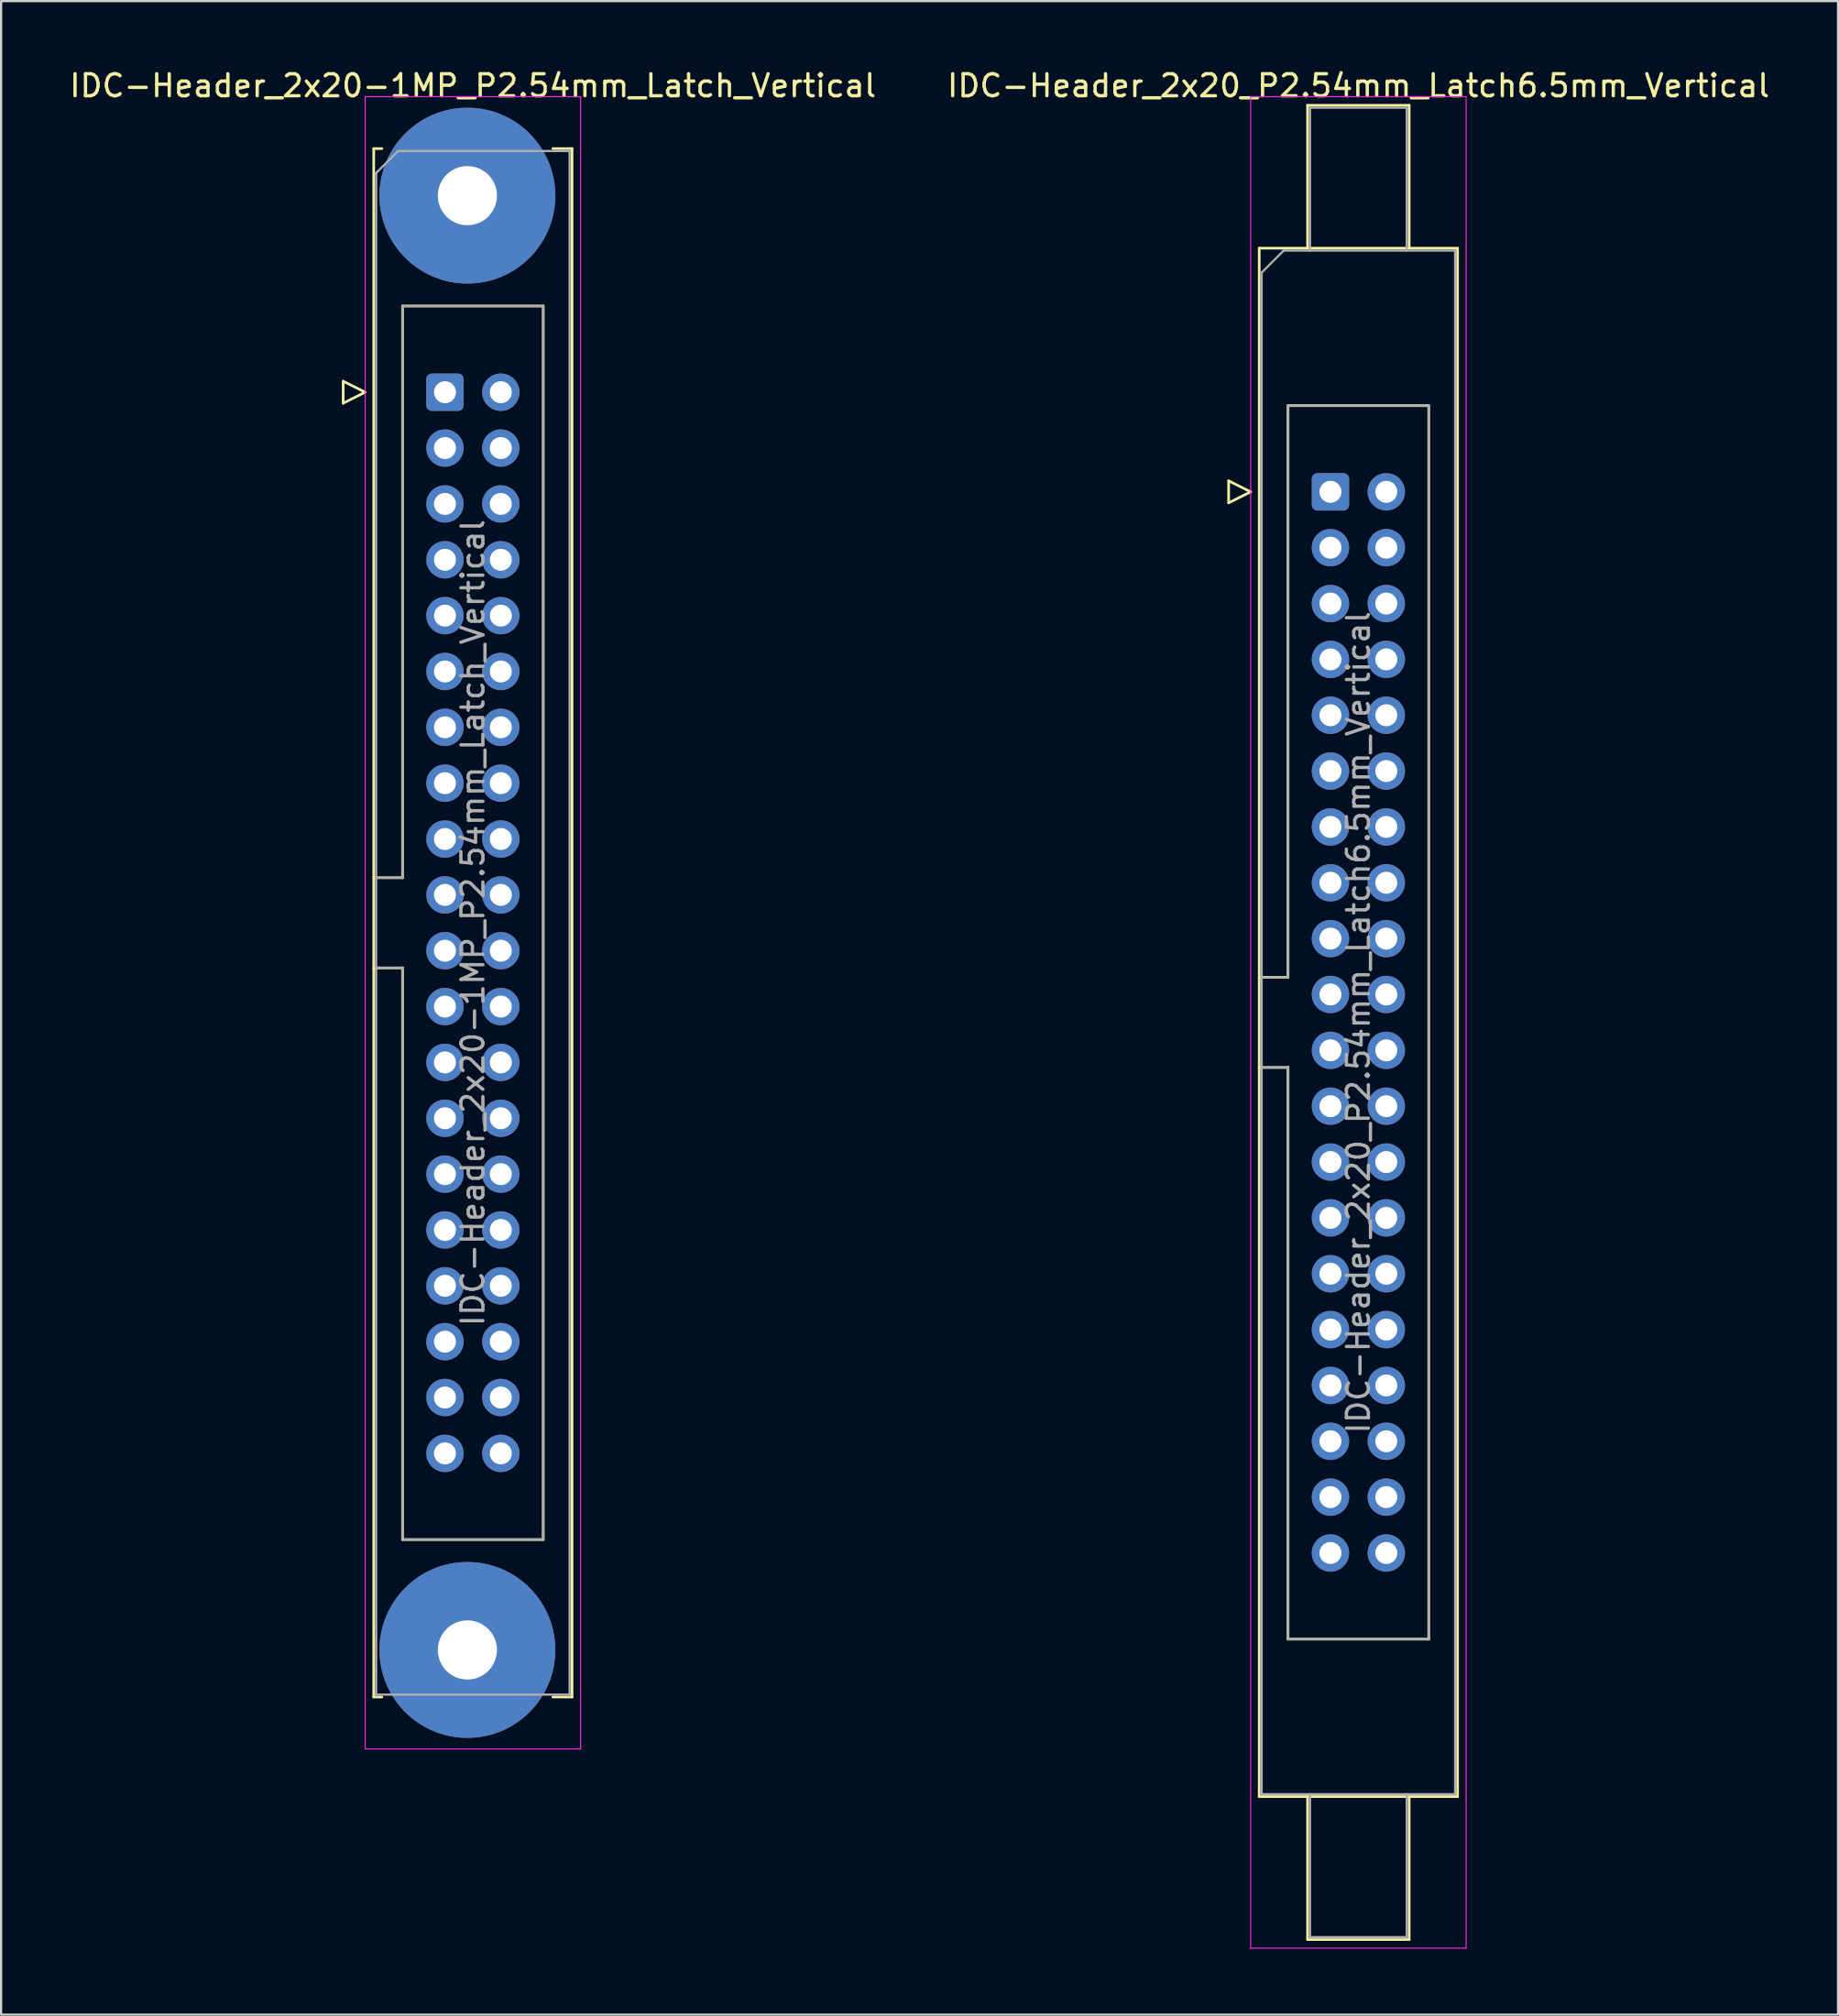
<source format=kicad_pcb>
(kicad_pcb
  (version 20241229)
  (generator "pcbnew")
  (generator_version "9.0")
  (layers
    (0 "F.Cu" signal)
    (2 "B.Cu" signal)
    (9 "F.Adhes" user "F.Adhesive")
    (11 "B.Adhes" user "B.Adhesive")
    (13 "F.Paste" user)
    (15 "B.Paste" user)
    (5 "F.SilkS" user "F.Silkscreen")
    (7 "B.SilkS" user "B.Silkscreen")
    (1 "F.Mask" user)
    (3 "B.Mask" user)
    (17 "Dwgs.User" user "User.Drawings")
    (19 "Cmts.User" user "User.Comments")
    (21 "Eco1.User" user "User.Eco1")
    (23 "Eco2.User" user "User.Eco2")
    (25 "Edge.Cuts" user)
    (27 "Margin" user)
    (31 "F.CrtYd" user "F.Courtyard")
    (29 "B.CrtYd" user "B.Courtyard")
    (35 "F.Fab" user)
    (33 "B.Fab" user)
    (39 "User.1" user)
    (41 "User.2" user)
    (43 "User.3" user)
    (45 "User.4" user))
  (footprint "IDC-Header_2x20-1MP_P2.54mm_Latch_Vertical"
    (layer "F.Cu")
    (at 17.188 14.788)
    (property "Reference" "IDC-Header_2x20-1MP_P2.54mm_Latch_Vertical" (at 1.27 -13.94 0) (layer "F.SilkS") (effects (font (size 1 1) (thickness 0.15))))
    (attr through_hole)
    (fp_line (start -4.63 -0.5) (end -4.63 0.5) (stroke (width 0.12) (type solid)) (layer "F.SilkS"))
    (fp_line (start -4.63 0.5) (end -3.63 0) (stroke (width 0.12) (type solid)) (layer "F.SilkS"))
    (fp_line (start -3.63 0) (end -4.63 -0.5) (stroke (width 0.12) (type solid)) (layer "F.SilkS"))
    (fp_line (start -3.24 -11.08) (end -3.24 59.34) (stroke (width 0.12) (type solid)) (layer "F.SilkS"))
    (fp_line (start -3.24 22.08) (end -1.93 22.08) (stroke (width 0.12) (type solid)) (layer "F.SilkS"))
    (fp_line (start -3.24 59.34) (end -2.87 59.34) (stroke (width 0.12) (type solid)) (layer "F.SilkS"))
    (fp_line (start -2.87 -11.08) (end -3.24 -11.08) (stroke (width 0.12) (type solid)) (layer "F.SilkS"))
    (fp_line (start -1.93 -3.92) (end 4.47 -3.92) (stroke (width 0.12) (type solid)) (layer "F.SilkS"))
    (fp_line (start -1.93 22.08) (end -1.93 -3.92) (stroke (width 0.12) (type solid)) (layer "F.SilkS"))
    (fp_line (start -1.93 26.18) (end -3.24 26.18) (stroke (width 0.12) (type solid)) (layer "F.SilkS"))
    (fp_line (start -1.93 26.18) (end -1.93 26.18) (stroke (width 0.12) (type solid)) (layer "F.SilkS"))
    (fp_line (start -1.93 52.18) (end -1.93 26.18) (stroke (width 0.12) (type solid)) (layer "F.SilkS"))
    (fp_line (start 4.47 -3.92) (end 4.47 52.18) (stroke (width 0.12) (type solid)) (layer "F.SilkS"))
    (fp_line (start 4.47 52.18) (end -1.93 52.18) (stroke (width 0.12) (type solid)) (layer "F.SilkS"))
    (fp_line (start 4.91 -11.08) (end 5.78 -11.08) (stroke (width 0.12) (type solid)) (layer "F.SilkS"))
    (fp_line (start 5.78 -11.08) (end 5.78 59.34) (stroke (width 0.12) (type solid)) (layer "F.SilkS"))
    (fp_line (start 5.78 59.34) (end 4.91 59.34) (stroke (width 0.12) (type solid)) (layer "F.SilkS"))
    (fp_line (start -3.63 -13.44) (end -3.63 61.7) (stroke (width 0.05) (type solid)) (layer "F.CrtYd"))
    (fp_line (start -3.63 61.7) (end 6.17 61.7) (stroke (width 0.05) (type solid)) (layer "F.CrtYd"))
    (fp_line (start 6.17 -13.44) (end -3.63 -13.44) (stroke (width 0.05) (type solid)) (layer "F.CrtYd"))
    (fp_line (start 6.17 61.7) (end 6.17 -13.44) (stroke (width 0.05) (type solid)) (layer "F.CrtYd"))
    (fp_line (start -3.13 -9.97) (end -2.13 -10.97) (stroke (width 0.1) (type solid)) (layer "F.Fab"))
    (fp_line (start -3.13 22.08) (end -1.93 22.08) (stroke (width 0.1) (type solid)) (layer "F.Fab"))
    (fp_line (start -3.13 59.23) (end -3.13 -9.97) (stroke (width 0.1) (type solid)) (layer "F.Fab"))
    (fp_line (start -2.13 -10.97) (end 5.67 -10.97) (stroke (width 0.1) (type solid)) (layer "F.Fab"))
    (fp_line (start -1.93 -3.92) (end 4.47 -3.92) (stroke (width 0.1) (type solid)) (layer "F.Fab"))
    (fp_line (start -1.93 22.08) (end -1.93 -3.92) (stroke (width 0.1) (type solid)) (layer "F.Fab"))
    (fp_line (start -1.93 26.18) (end -3.13 26.18) (stroke (width 0.1) (type solid)) (layer "F.Fab"))
    (fp_line (start -1.93 26.18) (end -1.93 26.18) (stroke (width 0.1) (type solid)) (layer "F.Fab"))
    (fp_line (start -1.93 52.18) (end -1.93 26.18) (stroke (width 0.1) (type solid)) (layer "F.Fab"))
    (fp_line (start 4.47 -3.92) (end 4.47 52.18) (stroke (width 0.1) (type solid)) (layer "F.Fab"))
    (fp_line (start 4.47 52.18) (end -1.93 52.18) (stroke (width 0.1) (type solid)) (layer "F.Fab"))
    (fp_line (start 5.67 -10.97) (end 5.67 59.23) (stroke (width 0.1) (type solid)) (layer "F.Fab"))
    (fp_line (start 5.67 59.23) (end -3.13 59.23) (stroke (width 0.1) (type solid)) (layer "F.Fab"))
    (fp_text user "${REFERENCE}" (at 1.27 24.13 90) (layer "F.Fab") (effects (font (size 1 1) (thickness 0.15))))
    (pad "1" thru_hole roundrect (at 0 0) (size 1.7 1.7) (drill 1) (layers "*.Cu" "*.Mask") (roundrect_rratio 0.147))
    (pad "2" thru_hole circle (at 2.54 0) (size 1.7 1.7) (drill 1) (layers "*.Cu" "*.Mask"))
    (pad "3" thru_hole circle (at 0 2.54) (size 1.7 1.7) (drill 1) (layers "*.Cu" "*.Mask"))
    (pad "4" thru_hole circle (at 2.54 2.54) (size 1.7 1.7) (drill 1) (layers "*.Cu" "*.Mask"))
    (pad "5" thru_hole circle (at 0 5.08) (size 1.7 1.7) (drill 1) (layers "*.Cu" "*.Mask"))
    (pad "6" thru_hole circle (at 2.54 5.08) (size 1.7 1.7) (drill 1) (layers "*.Cu" "*.Mask"))
    (pad "7" thru_hole circle (at 0 7.62) (size 1.7 1.7) (drill 1) (layers "*.Cu" "*.Mask"))
    (pad "8" thru_hole circle (at 2.54 7.62) (size 1.7 1.7) (drill 1) (layers "*.Cu" "*.Mask"))
    (pad "9" thru_hole circle (at 0 10.16) (size 1.7 1.7) (drill 1) (layers "*.Cu" "*.Mask"))
    (pad "10" thru_hole circle (at 2.54 10.16) (size 1.7 1.7) (drill 1) (layers "*.Cu" "*.Mask"))
    (pad "11" thru_hole circle (at 0 12.7) (size 1.7 1.7) (drill 1) (layers "*.Cu" "*.Mask"))
    (pad "12" thru_hole circle (at 2.54 12.7) (size 1.7 1.7) (drill 1) (layers "*.Cu" "*.Mask"))
    (pad "13" thru_hole circle (at 0 15.24) (size 1.7 1.7) (drill 1) (layers "*.Cu" "*.Mask"))
    (pad "14" thru_hole circle (at 2.54 15.24) (size 1.7 1.7) (drill 1) (layers "*.Cu" "*.Mask"))
    (pad "15" thru_hole circle (at 0 17.78) (size 1.7 1.7) (drill 1) (layers "*.Cu" "*.Mask"))
    (pad "16" thru_hole circle (at 2.54 17.78) (size 1.7 1.7) (drill 1) (layers "*.Cu" "*.Mask"))
    (pad "17" thru_hole circle (at 0 20.32) (size 1.7 1.7) (drill 1) (layers "*.Cu" "*.Mask"))
    (pad "18" thru_hole circle (at 2.54 20.32) (size 1.7 1.7) (drill 1) (layers "*.Cu" "*.Mask"))
    (pad "19" thru_hole circle (at 0 22.86) (size 1.7 1.7) (drill 1) (layers "*.Cu" "*.Mask"))
    (pad "20" thru_hole circle (at 2.54 22.86) (size 1.7 1.7) (drill 1) (layers "*.Cu" "*.Mask"))
    (pad "21" thru_hole circle (at 0 25.4) (size 1.7 1.7) (drill 1) (layers "*.Cu" "*.Mask"))
    (pad "22" thru_hole circle (at 2.54 25.4) (size 1.7 1.7) (drill 1) (layers "*.Cu" "*.Mask"))
    (pad "23" thru_hole circle (at 0 27.94) (size 1.7 1.7) (drill 1) (layers "*.Cu" "*.Mask"))
    (pad "24" thru_hole circle (at 2.54 27.94) (size 1.7 1.7) (drill 1) (layers "*.Cu" "*.Mask"))
    (pad "25" thru_hole circle (at 0 30.48) (size 1.7 1.7) (drill 1) (layers "*.Cu" "*.Mask"))
    (pad "26" thru_hole circle (at 2.54 30.48) (size 1.7 1.7) (drill 1) (layers "*.Cu" "*.Mask"))
    (pad "27" thru_hole circle (at 0 33.02) (size 1.7 1.7) (drill 1) (layers "*.Cu" "*.Mask"))
    (pad "28" thru_hole circle (at 2.54 33.02) (size 1.7 1.7) (drill 1) (layers "*.Cu" "*.Mask"))
    (pad "29" thru_hole circle (at 0 35.56) (size 1.7 1.7) (drill 1) (layers "*.Cu" "*.Mask"))
    (pad "30" thru_hole circle (at 2.54 35.56) (size 1.7 1.7) (drill 1) (layers "*.Cu" "*.Mask"))
    (pad "31" thru_hole circle (at 0 38.1) (size 1.7 1.7) (drill 1) (layers "*.Cu" "*.Mask"))
    (pad "32" thru_hole circle (at 2.54 38.1) (size 1.7 1.7) (drill 1) (layers "*.Cu" "*.Mask"))
    (pad "33" thru_hole circle (at 0 40.64) (size 1.7 1.7) (drill 1) (layers "*.Cu" "*.Mask"))
    (pad "34" thru_hole circle (at 2.54 40.64) (size 1.7 1.7) (drill 1) (layers "*.Cu" "*.Mask"))
    (pad "35" thru_hole circle (at 0 43.18) (size 1.7 1.7) (drill 1) (layers "*.Cu" "*.Mask"))
    (pad "36" thru_hole circle (at 2.54 43.18) (size 1.7 1.7) (drill 1) (layers "*.Cu" "*.Mask"))
    (pad "37" thru_hole circle (at 0 45.72) (size 1.7 1.7) (drill 1) (layers "*.Cu" "*.Mask"))
    (pad "38" thru_hole circle (at 2.54 45.72) (size 1.7 1.7) (drill 1) (layers "*.Cu" "*.Mask"))
    (pad "39" thru_hole circle (at 0 48.26) (size 1.7 1.7) (drill 1) (layers "*.Cu" "*.Mask"))
    (pad "40" thru_hole circle (at 2.54 48.26) (size 1.7 1.7) (drill 1) (layers "*.Cu" "*.Mask"))
    (pad "MP" thru_hole circle (at 1.02 -8.94) (size 8 8) (drill 2.69) (layers "*.Cu" "*.Mask"))
    (pad "MP" thru_hole circle (at 1.02 57.2) (size 8 8) (drill 2.69) (layers "*.Cu" "*.Mask")))
  (footprint "IDC-Header_2x20_P2.54mm_Latch6.5mm_Vertical"
    (layer "F.Cu")
    (at 57.462 19.318)
    (property "Reference" "IDC-Header_2x20_P2.54mm_Latch6.5mm_Vertical" (at 1.27 -18.47 0) (layer "F.SilkS") (effects (font (size 1 1) (thickness 0.15))))
    (attr through_hole)
    (fp_line (start -4.63 -0.5) (end -4.63 0.5) (stroke (width 0.12) (type solid)) (layer "F.SilkS"))
    (fp_line (start -4.63 0.5) (end -3.63 0) (stroke (width 0.12) (type solid)) (layer "F.SilkS"))
    (fp_line (start -3.63 0) (end -4.63 -0.5) (stroke (width 0.12) (type solid)) (layer "F.SilkS"))
    (fp_line (start -3.24 -11.08) (end 5.78 -11.08) (stroke (width 0.12) (type solid)) (layer "F.SilkS"))
    (fp_line (start -3.24 22.08) (end -1.93 22.08) (stroke (width 0.12) (type solid)) (layer "F.SilkS"))
    (fp_line (start -3.24 59.34) (end -3.24 -11.08) (stroke (width 0.12) (type solid)) (layer "F.SilkS"))
    (fp_line (start -1.93 -3.92) (end 4.47 -3.92) (stroke (width 0.12) (type solid)) (layer "F.SilkS"))
    (fp_line (start -1.93 22.08) (end -1.93 -3.92) (stroke (width 0.12) (type solid)) (layer "F.SilkS"))
    (fp_line (start -1.93 26.18) (end -3.24 26.18) (stroke (width 0.12) (type solid)) (layer "F.SilkS"))
    (fp_line (start -1.93 26.18) (end -1.93 26.18) (stroke (width 0.12) (type solid)) (layer "F.SilkS"))
    (fp_line (start -1.93 52.18) (end -1.93 26.18) (stroke (width 0.12) (type solid)) (layer "F.SilkS"))
    (fp_line (start -1.04 -17.58) (end 3.58 -17.58) (stroke (width 0.12) (type solid)) (layer "F.SilkS"))
    (fp_line (start -1.04 -11.08) (end -1.04 -17.58) (stroke (width 0.12) (type solid)) (layer "F.SilkS"))
    (fp_line (start -1.04 59.34) (end -1.04 65.84) (stroke (width 0.12) (type solid)) (layer "F.SilkS"))
    (fp_line (start -1.04 65.84) (end 3.58 65.84) (stroke (width 0.12) (type solid)) (layer "F.SilkS"))
    (fp_line (start 3.58 -17.58) (end 3.58 -11.08) (stroke (width 0.12) (type solid)) (layer "F.SilkS"))
    (fp_line (start 3.58 65.84) (end 3.58 59.34) (stroke (width 0.12) (type solid)) (layer "F.SilkS"))
    (fp_line (start 4.47 -3.92) (end 4.47 52.18) (stroke (width 0.12) (type solid)) (layer "F.SilkS"))
    (fp_line (start 4.47 52.18) (end -1.93 52.18) (stroke (width 0.12) (type solid)) (layer "F.SilkS"))
    (fp_line (start 5.78 -11.08) (end 5.78 59.34) (stroke (width 0.12) (type solid)) (layer "F.SilkS"))
    (fp_line (start 5.78 59.34) (end -3.24 59.34) (stroke (width 0.12) (type solid)) (layer "F.SilkS"))
    (fp_line (start -3.63 -17.97) (end -3.63 66.23) (stroke (width 0.05) (type solid)) (layer "F.CrtYd"))
    (fp_line (start -3.63 66.23) (end 6.17 66.23) (stroke (width 0.05) (type solid)) (layer "F.CrtYd"))
    (fp_line (start 6.17 -17.97) (end -3.63 -17.97) (stroke (width 0.05) (type solid)) (layer "F.CrtYd"))
    (fp_line (start 6.17 66.23) (end 6.17 -17.97) (stroke (width 0.05) (type solid)) (layer "F.CrtYd"))
    (fp_line (start -3.13 -9.97) (end -2.13 -10.97) (stroke (width 0.1) (type solid)) (layer "F.Fab"))
    (fp_line (start -3.13 22.08) (end -1.93 22.08) (stroke (width 0.1) (type solid)) (layer "F.Fab"))
    (fp_line (start -3.13 59.23) (end -3.13 -9.97) (stroke (width 0.1) (type solid)) (layer "F.Fab"))
    (fp_line (start -2.13 -10.97) (end 5.67 -10.97) (stroke (width 0.1) (type solid)) (layer "F.Fab"))
    (fp_line (start -1.93 -3.92) (end 4.47 -3.92) (stroke (width 0.1) (type solid)) (layer "F.Fab"))
    (fp_line (start -1.93 22.08) (end -1.93 -3.92) (stroke (width 0.1) (type solid)) (layer "F.Fab"))
    (fp_line (start -1.93 26.18) (end -3.13 26.18) (stroke (width 0.1) (type solid)) (layer "F.Fab"))
    (fp_line (start -1.93 26.18) (end -1.93 26.18) (stroke (width 0.1) (type solid)) (layer "F.Fab"))
    (fp_line (start -1.93 52.18) (end -1.93 26.18) (stroke (width 0.1) (type solid)) (layer "F.Fab"))
    (fp_line (start -0.93 -17.47) (end 3.47 -17.47) (stroke (width 0.1) (type solid)) (layer "F.Fab"))
    (fp_line (start -0.93 -10.97) (end -0.93 -17.47) (stroke (width 0.1) (type solid)) (layer "F.Fab"))
    (fp_line (start -0.93 59.23) (end -0.93 65.73) (stroke (width 0.1) (type solid)) (layer "F.Fab"))
    (fp_line (start -0.93 65.73) (end 3.47 65.73) (stroke (width 0.1) (type solid)) (layer "F.Fab"))
    (fp_line (start 3.47 -17.47) (end 3.47 -10.97) (stroke (width 0.1) (type solid)) (layer "F.Fab"))
    (fp_line (start 3.47 65.73) (end 3.47 59.23) (stroke (width 0.1) (type solid)) (layer "F.Fab"))
    (fp_line (start 4.47 -3.92) (end 4.47 52.18) (stroke (width 0.1) (type solid)) (layer "F.Fab"))
    (fp_line (start 4.47 52.18) (end -1.93 52.18) (stroke (width 0.1) (type solid)) (layer "F.Fab"))
    (fp_line (start 5.67 -10.97) (end 5.67 59.23) (stroke (width 0.1) (type solid)) (layer "F.Fab"))
    (fp_line (start 5.67 59.23) (end -3.13 59.23) (stroke (width 0.1) (type solid)) (layer "F.Fab"))
    (fp_text user "${REFERENCE}" (at 1.27 24.13 90) (layer "F.Fab") (effects (font (size 1 1) (thickness 0.15))))
    (pad "1" thru_hole roundrect (at 0 0) (size 1.7 1.7) (drill 1) (layers "*.Cu" "*.Mask") (roundrect_rratio 0.147))
    (pad "2" thru_hole circle (at 2.54 0) (size 1.7 1.7) (drill 1) (layers "*.Cu" "*.Mask"))
    (pad "3" thru_hole circle (at 0 2.54) (size 1.7 1.7) (drill 1) (layers "*.Cu" "*.Mask"))
    (pad "4" thru_hole circle (at 2.54 2.54) (size 1.7 1.7) (drill 1) (layers "*.Cu" "*.Mask"))
    (pad "5" thru_hole circle (at 0 5.08) (size 1.7 1.7) (drill 1) (layers "*.Cu" "*.Mask"))
    (pad "6" thru_hole circle (at 2.54 5.08) (size 1.7 1.7) (drill 1) (layers "*.Cu" "*.Mask"))
    (pad "7" thru_hole circle (at 0 7.62) (size 1.7 1.7) (drill 1) (layers "*.Cu" "*.Mask"))
    (pad "8" thru_hole circle (at 2.54 7.62) (size 1.7 1.7) (drill 1) (layers "*.Cu" "*.Mask"))
    (pad "9" thru_hole circle (at 0 10.16) (size 1.7 1.7) (drill 1) (layers "*.Cu" "*.Mask"))
    (pad "10" thru_hole circle (at 2.54 10.16) (size 1.7 1.7) (drill 1) (layers "*.Cu" "*.Mask"))
    (pad "11" thru_hole circle (at 0 12.7) (size 1.7 1.7) (drill 1) (layers "*.Cu" "*.Mask"))
    (pad "12" thru_hole circle (at 2.54 12.7) (size 1.7 1.7) (drill 1) (layers "*.Cu" "*.Mask"))
    (pad "13" thru_hole circle (at 0 15.24) (size 1.7 1.7) (drill 1) (layers "*.Cu" "*.Mask"))
    (pad "14" thru_hole circle (at 2.54 15.24) (size 1.7 1.7) (drill 1) (layers "*.Cu" "*.Mask"))
    (pad "15" thru_hole circle (at 0 17.78) (size 1.7 1.7) (drill 1) (layers "*.Cu" "*.Mask"))
    (pad "16" thru_hole circle (at 2.54 17.78) (size 1.7 1.7) (drill 1) (layers "*.Cu" "*.Mask"))
    (pad "17" thru_hole circle (at 0 20.32) (size 1.7 1.7) (drill 1) (layers "*.Cu" "*.Mask"))
    (pad "18" thru_hole circle (at 2.54 20.32) (size 1.7 1.7) (drill 1) (layers "*.Cu" "*.Mask"))
    (pad "19" thru_hole circle (at 0 22.86) (size 1.7 1.7) (drill 1) (layers "*.Cu" "*.Mask"))
    (pad "20" thru_hole circle (at 2.54 22.86) (size 1.7 1.7) (drill 1) (layers "*.Cu" "*.Mask"))
    (pad "21" thru_hole circle (at 0 25.4) (size 1.7 1.7) (drill 1) (layers "*.Cu" "*.Mask"))
    (pad "22" thru_hole circle (at 2.54 25.4) (size 1.7 1.7) (drill 1) (layers "*.Cu" "*.Mask"))
    (pad "23" thru_hole circle (at 0 27.94) (size 1.7 1.7) (drill 1) (layers "*.Cu" "*.Mask"))
    (pad "24" thru_hole circle (at 2.54 27.94) (size 1.7 1.7) (drill 1) (layers "*.Cu" "*.Mask"))
    (pad "25" thru_hole circle (at 0 30.48) (size 1.7 1.7) (drill 1) (layers "*.Cu" "*.Mask"))
    (pad "26" thru_hole circle (at 2.54 30.48) (size 1.7 1.7) (drill 1) (layers "*.Cu" "*.Mask"))
    (pad "27" thru_hole circle (at 0 33.02) (size 1.7 1.7) (drill 1) (layers "*.Cu" "*.Mask"))
    (pad "28" thru_hole circle (at 2.54 33.02) (size 1.7 1.7) (drill 1) (layers "*.Cu" "*.Mask"))
    (pad "29" thru_hole circle (at 0 35.56) (size 1.7 1.7) (drill 1) (layers "*.Cu" "*.Mask"))
    (pad "30" thru_hole circle (at 2.54 35.56) (size 1.7 1.7) (drill 1) (layers "*.Cu" "*.Mask"))
    (pad "31" thru_hole circle (at 0 38.1) (size 1.7 1.7) (drill 1) (layers "*.Cu" "*.Mask"))
    (pad "32" thru_hole circle (at 2.54 38.1) (size 1.7 1.7) (drill 1) (layers "*.Cu" "*.Mask"))
    (pad "33" thru_hole circle (at 0 40.64) (size 1.7 1.7) (drill 1) (layers "*.Cu" "*.Mask"))
    (pad "34" thru_hole circle (at 2.54 40.64) (size 1.7 1.7) (drill 1) (layers "*.Cu" "*.Mask"))
    (pad "35" thru_hole circle (at 0 43.18) (size 1.7 1.7) (drill 1) (layers "*.Cu" "*.Mask"))
    (pad "36" thru_hole circle (at 2.54 43.18) (size 1.7 1.7) (drill 1) (layers "*.Cu" "*.Mask"))
    (pad "37" thru_hole circle (at 0 45.72) (size 1.7 1.7) (drill 1) (layers "*.Cu" "*.Mask"))
    (pad "38" thru_hole circle (at 2.54 45.72) (size 1.7 1.7) (drill 1) (layers "*.Cu" "*.Mask"))
    (pad "39" thru_hole circle (at 0 48.26) (size 1.7 1.7) (drill 1) (layers "*.Cu" "*.Mask"))
    (pad "40" thru_hole circle (at 2.54 48.26) (size 1.7 1.7) (drill 1) (layers "*.Cu" "*.Mask")))
  (gr_rect
    (start -3 -3)
    (end 80.548 88.573)
    (stroke (width 0.1) (type default))
    (fill no)
    (layer "Edge.Cuts")))
</source>
